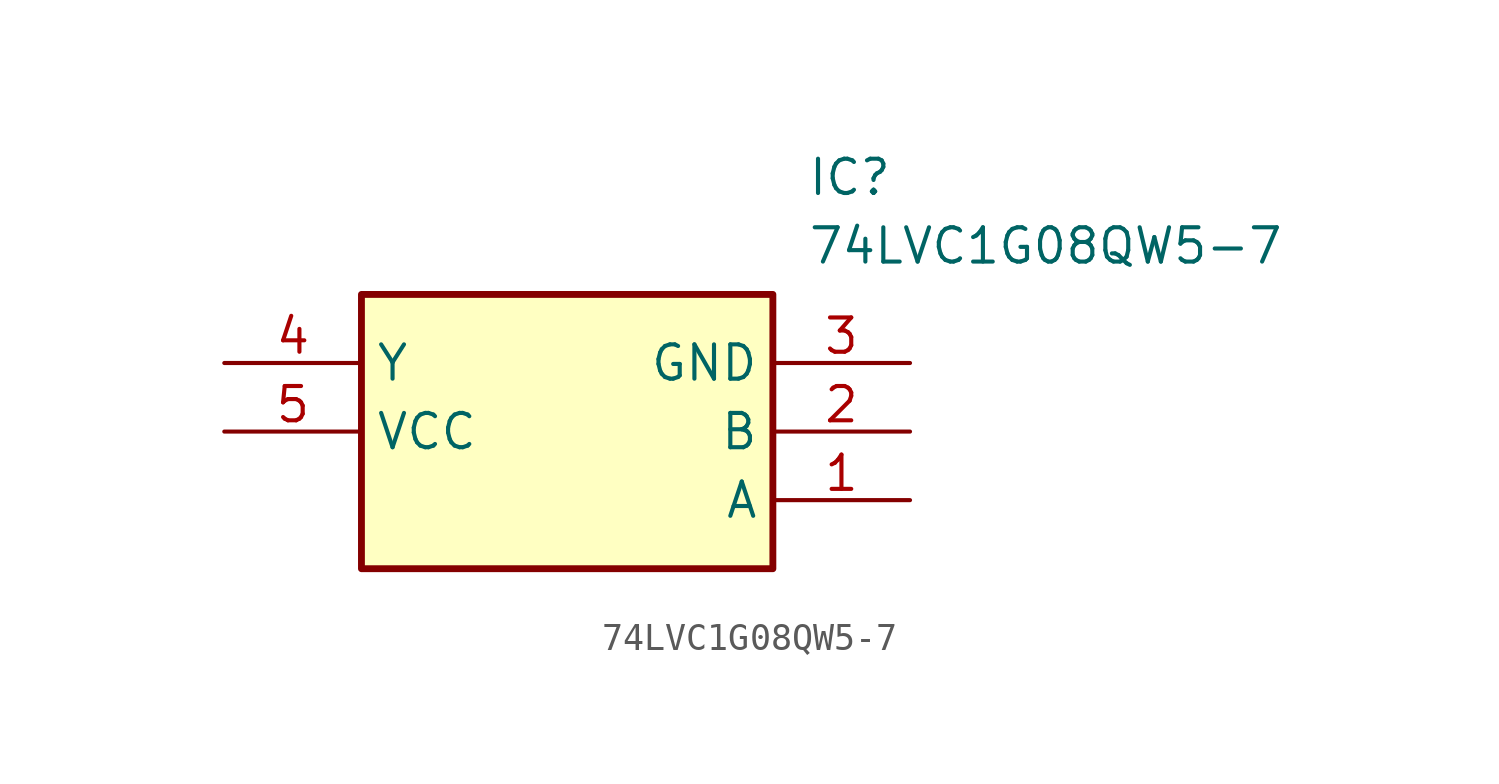
<source format=kicad_sym>
(kicad_symbol_lib
  (version 20211014)
  (generator SamacSys_ECAD_Model)
  (symbol "74LVC1G08QW5-7"
    (property "Reference" "IC"
      (at 21.59 7.62 0)
      (effects (font (size 1.27 1.27)) (justify left top)))
    (property "Value" "74LVC1G08QW5-7"
      (at 21.59 5.08 0)
      (effects (font (size 1.27 1.27)) (justify left top)))
    (rectangle
      (start 5.08 2.54)
      (end 20.32 -7.62)
      (stroke (width 0.254) (type default))
      (fill (type background)))
    (pin passive line
      (at 25.4 -5.08 180)
      (length 5.08)
      (name "A" (effects (font (size 1.27 1.27))))
      (number "1" (effects (font (size 1.27 1.27)))))
    (pin passive line
      (at 25.4 -2.54 180)
      (length 5.08)
      (name "B" (effects (font (size 1.27 1.27))))
      (number "2" (effects (font (size 1.27 1.27)))))
    (pin passive line
      (at 25.4 0 180)
      (length 5.08)
      (name "GND" (effects (font (size 1.27 1.27))))
      (number "3" (effects (font (size 1.27 1.27)))))
    (pin passive line
      (at 0 0 0)
      (length 5.08)
      (name "Y" (effects (font (size 1.27 1.27))))
      (number "4" (effects (font (size 1.27 1.27)))))
    (pin passive line
      (at 0 -2.54 0)
      (length 5.08)
      (name "VCC" (effects (font (size 1.27 1.27))))
      (number "5" (effects (font (size 1.27 1.27)))))))
</source>
